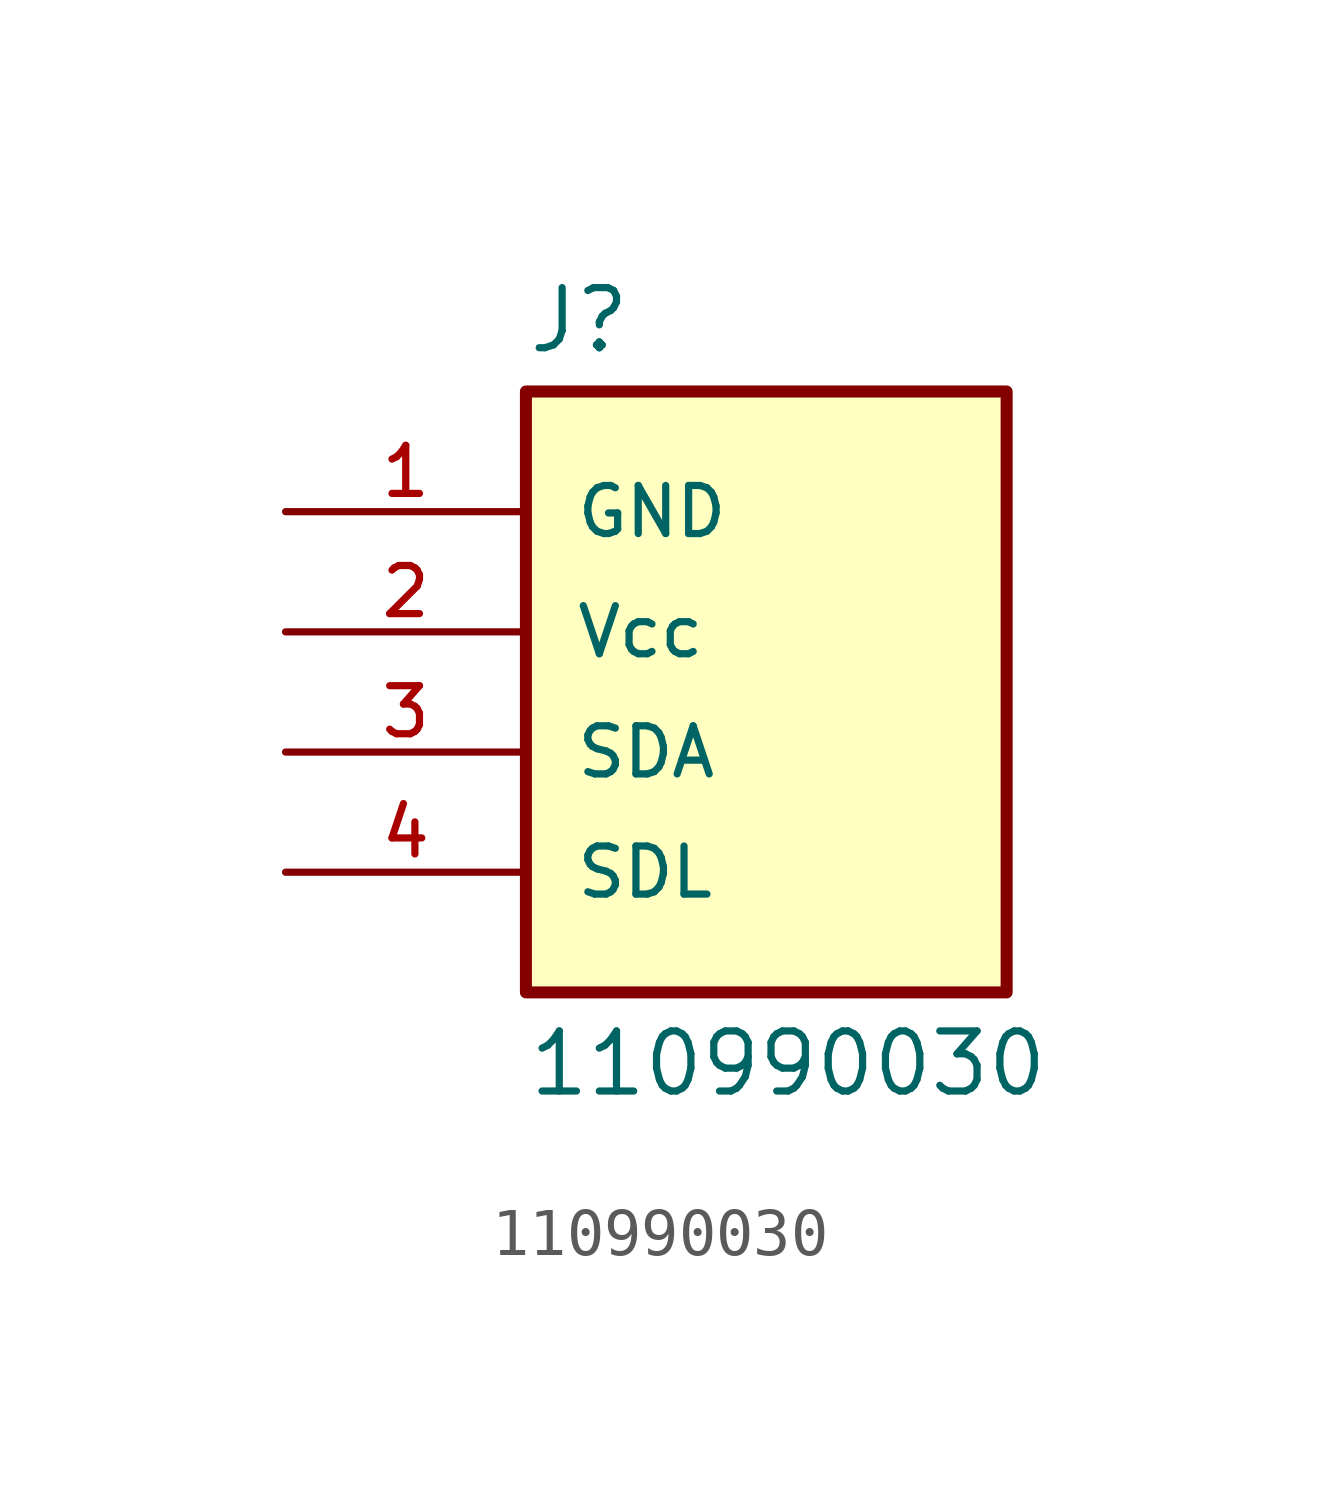
<source format=kicad_sym>
(kicad_symbol_lib
  (version 20231120)
  (generator "kicad_symbol_editor")
  (generator_version "8.0")
  (symbol "110990030"
    (pin_names
      (offset 1.016))
    (property "Reference" "J"
      (at -5.08 5.842 0)
      (effects (font (size 1.27 1.27)) (justify left bottom)))
    (property "Value" "110990030"
      (at -5.08 -8.382 0)
      (effects (font (size 1.27 1.27)) (justify left top)))
    (symbol "110990030_0_0"
      (rectangle (start -5.08 -7.62) (end 5.08 5.08) (stroke (width 0.254) (type default)) (fill (type background))))
    (symbol "110990030_1_0"
      (pin passive line (at -10.16 2.54 0) (length 5.08) (name "GND" (effects (font (size 1.016 1.016)))) (number "1" (effects (font (size 1.016 1.016)))))
      (pin passive line (at -10.16 0 0) (length 5.08) (name "Vcc" (effects (font (size 1.016 1.016)))) (number "2" (effects (font (size 1.016 1.016)))))
      (pin passive line (at -10.16 -2.54 0) (length 5.08) (name "SDA" (effects (font (size 1.016 1.016)))) (number "3" (effects (font (size 1.016 1.016)))))
      (pin passive line (at -10.16 -5.08 0) (length 5.08) (name "SDL" (effects (font (size 1.016 1.016)))) (number "4" (effects (font (size 1.016 1.016))))))))
</source>
